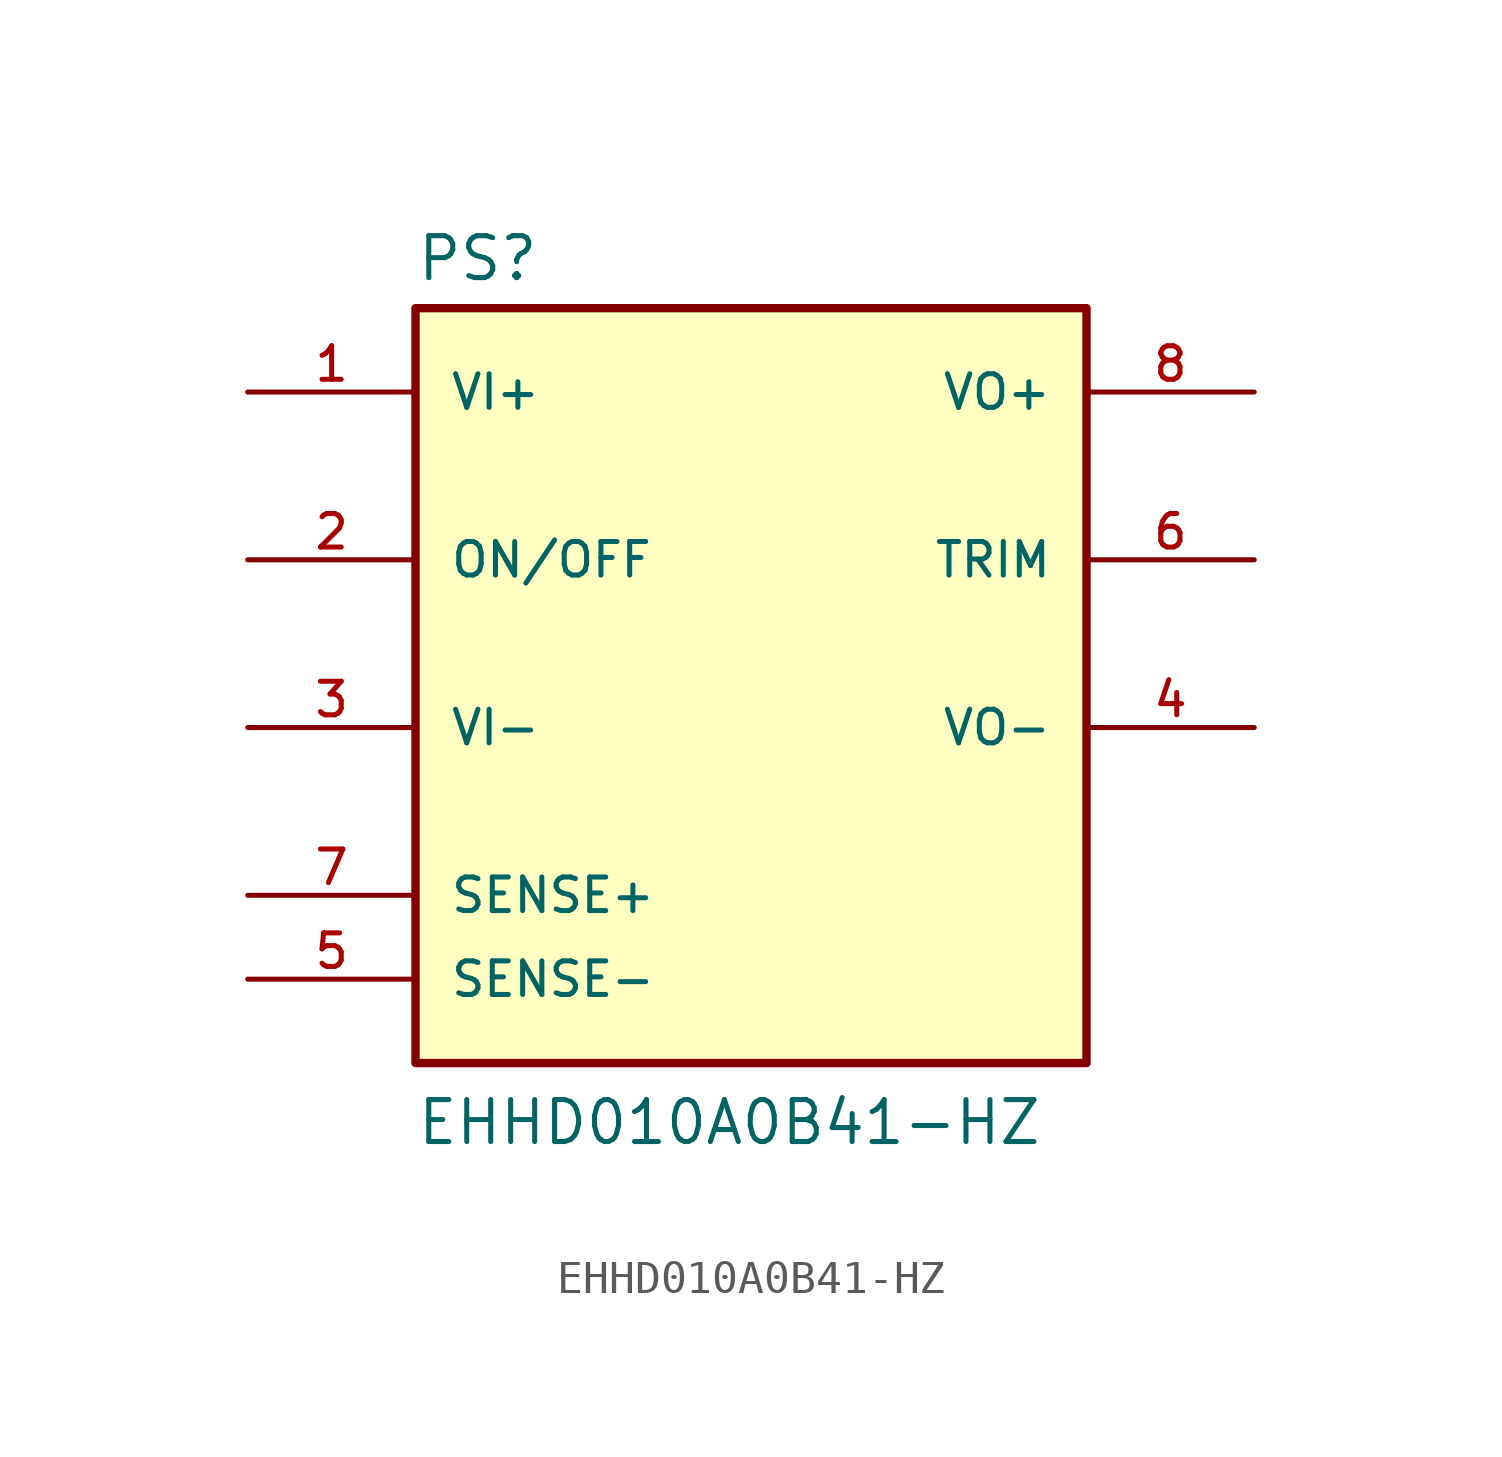
<source format=kicad_sym>
(kicad_symbol_lib
  (version 20211014)
  (generator kicad_symbol_editor)
  (symbol "EHHD010A0B41-HZ"
    (pin_names
      (offset 1.016))
    (property "Reference" "PS"
      (at -10.16 13.462 0)
      (effects (font (size 1.27 1.27)) (justify bottom left)))
    (property "Value" "EHHD010A0B41-HZ"
      (at -10.16 -12.7 0)
      (effects (font (size 1.27 1.27)) (justify bottom left)))
    (symbol "EHHD010A0B41-HZ_0_0"
      (rectangle (start -10.16 -10.16) (end 10.16 12.7) (stroke (width 0.254)) (fill (type background)))
      (pin input line (at -15.24 10.16 0) (length 5.08) (name "VI+" (effects (font (size 1.016 1.016)))) (number "1" (effects (font (size 1.016 1.016)))))
      (pin input line (at -15.24 5.08 0) (length 5.08) (name "ON/OFF" (effects (font (size 1.016 1.016)))) (number "2" (effects (font (size 1.016 1.016)))))
      (pin input line (at -15.24 0.0 0) (length 5.08) (name "VI-" (effects (font (size 1.016 1.016)))) (number "3" (effects (font (size 1.016 1.016)))))
      (pin output line (at 15.24 0.0 180.0) (length 5.08) (name "VO-" (effects (font (size 1.016 1.016)))) (number "4" (effects (font (size 1.016 1.016)))))
      (pin input line (at -15.24 -7.62 0) (length 5.08) (name "SENSE-" (effects (font (size 1.016 1.016)))) (number "5" (effects (font (size 1.016 1.016)))))
      (pin input line (at 15.24 5.08 180.0) (length 5.08) (name "TRIM" (effects (font (size 1.016 1.016)))) (number "6" (effects (font (size 1.016 1.016)))))
      (pin input line (at -15.24 -5.08 0) (length 5.08) (name "SENSE+" (effects (font (size 1.016 1.016)))) (number "7" (effects (font (size 1.016 1.016)))))
      (pin output line (at 15.24 10.16 180.0) (length 5.08) (name "VO+" (effects (font (size 1.016 1.016)))) (number "8" (effects (font (size 1.016 1.016))))))))
</source>
